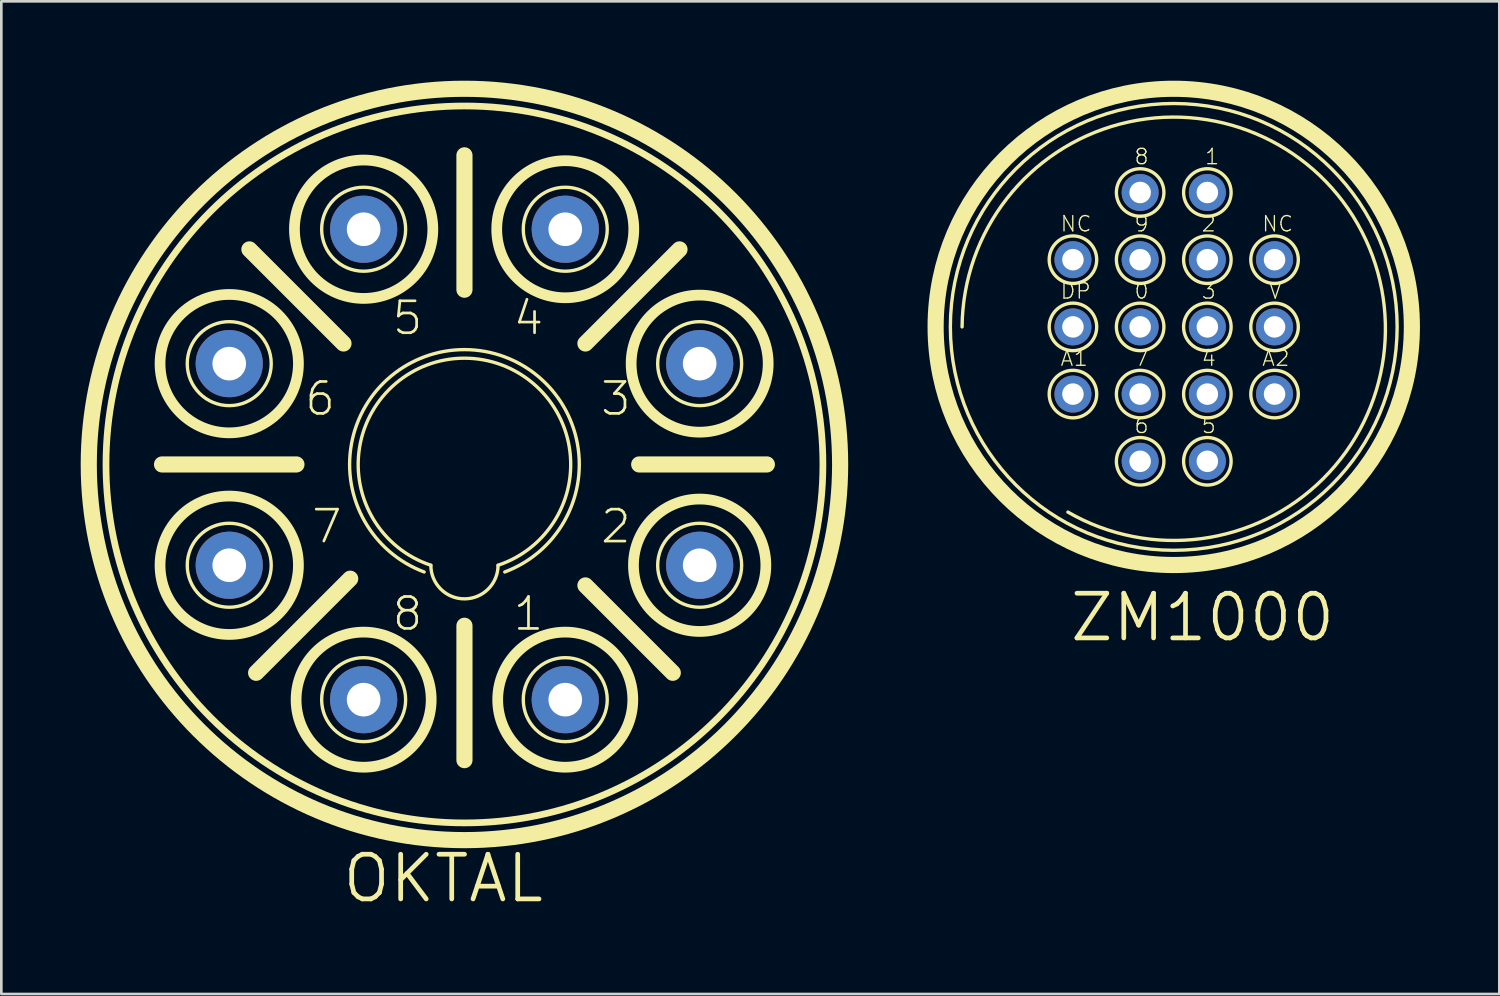
<source format=kicad_pcb>
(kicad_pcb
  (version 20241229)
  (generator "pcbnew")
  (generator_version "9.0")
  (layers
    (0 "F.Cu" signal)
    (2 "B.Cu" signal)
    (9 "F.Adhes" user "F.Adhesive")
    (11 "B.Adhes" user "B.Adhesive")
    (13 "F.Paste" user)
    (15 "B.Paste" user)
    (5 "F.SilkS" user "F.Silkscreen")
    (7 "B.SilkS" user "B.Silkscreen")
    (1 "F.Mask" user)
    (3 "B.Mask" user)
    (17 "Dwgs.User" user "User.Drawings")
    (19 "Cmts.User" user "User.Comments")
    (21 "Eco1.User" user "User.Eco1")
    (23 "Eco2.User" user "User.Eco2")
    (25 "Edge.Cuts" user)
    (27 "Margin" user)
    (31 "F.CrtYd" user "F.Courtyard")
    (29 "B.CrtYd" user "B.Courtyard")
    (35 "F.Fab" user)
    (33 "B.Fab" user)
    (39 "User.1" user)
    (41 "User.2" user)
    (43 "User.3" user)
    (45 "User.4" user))
  (footprint "OKTAL"
    (layer "F.Cu")
    (at 14.504 14.504)
    (property "Reference" "OKTAL" (at -4.699 16.637 0) (layer "F.SilkS") (effects (font (size 1.689 1.689) (thickness 0.178)) (justify left bottom)))
    (attr through_hole)
    (fp_line (start -11.43 0) (end -6.35 0) (stroke (width 0.61) (type solid)) (layer "F.SilkS"))
    (fp_line (start -4.572 -4.572) (end -8.128 -8.128) (stroke (width 0.61) (type solid)) (layer "F.SilkS"))
    (fp_line (start -4.318 4.318) (end -7.874 7.874) (stroke (width 0.61) (type solid)) (layer "F.SilkS"))
    (fp_line (start 0 -11.684) (end 0 -6.604) (stroke (width 0.61) (type solid)) (layer "F.SilkS"))
    (fp_line (start 0 6.096) (end 0 11.176) (stroke (width 0.61) (type solid)) (layer "F.SilkS"))
    (fp_line (start 4.572 -4.572) (end 8.128 -8.128) (stroke (width 0.61) (type solid)) (layer "F.SilkS"))
    (fp_line (start 4.572 4.572) (end 7.874 7.874) (stroke (width 0.61) (type solid)) (layer "F.SilkS"))
    (fp_line (start 6.604 0) (end 11.43 0) (stroke (width 0.61) (type solid)) (layer "F.SilkS"))
    (fp_arc (start -1.524 4.064) (mid 0 -4.340354) (end 1.524 4.064) (stroke (width 0.127) (type solid)) (layer "F.SilkS"))
    (fp_arc (start -1.27 3.81) (mid 0 -4.016093) (end 1.27 3.81) (stroke (width 0.127) (type solid)) (layer "F.SilkS"))
    (fp_arc (start 1.27 3.81) (mid 0 5.08) (end -1.27 3.81) (stroke (width 0.127) (type solid)) (layer "F.SilkS"))
    (fp_circle (center -8.89 -3.81) (end -7.303 -3.81) (stroke (width 0.127) (type solid)) (fill no) (layer "F.SilkS"))
    (fp_circle (center -8.89 -3.81) (end -6.275 -3.81) (stroke (width 0.406) (type solid)) (fill no) (layer "F.SilkS"))
    (fp_circle (center -8.89 3.81) (end -7.303 3.81) (stroke (width 0.127) (type solid)) (fill no) (layer "F.SilkS"))
    (fp_circle (center -8.89 3.81) (end -6.275 3.81) (stroke (width 0.406) (type solid)) (fill no) (layer "F.SilkS"))
    (fp_circle (center -3.81 -8.89) (end -2.223 -8.89) (stroke (width 0.127) (type solid)) (fill no) (layer "F.SilkS"))
    (fp_circle (center -3.81 -8.89) (end -1.195 -8.89) (stroke (width 0.406) (type solid)) (fill no) (layer "F.SilkS"))
    (fp_circle (center -3.81 8.89) (end -2.223 8.89) (stroke (width 0.127) (type solid)) (fill no) (layer "F.SilkS"))
    (fp_circle (center -3.81 8.89) (end -1.257 8.89) (stroke (width 0.406) (type solid)) (fill no) (layer "F.SilkS"))
    (fp_circle (center 0 0) (end 13.548 0) (stroke (width 0.254) (type solid)) (fill no) (layer "F.SilkS"))
    (fp_circle (center 0 0) (end 14.199 0) (stroke (width 0.61) (type solid)) (fill no) (layer "F.SilkS"))
    (fp_circle (center 3.81 -8.89) (end 5.397 -8.89) (stroke (width 0.127) (type solid)) (fill no) (layer "F.SilkS"))
    (fp_circle (center 3.81 -8.89) (end 6.4 -8.89) (stroke (width 0.406) (type solid)) (fill no) (layer "F.SilkS"))
    (fp_circle (center 3.81 8.89) (end 5.397 8.89) (stroke (width 0.127) (type solid)) (fill no) (layer "F.SilkS"))
    (fp_circle (center 3.81 8.89) (end 6.363 8.89) (stroke (width 0.406) (type solid)) (fill no) (layer "F.SilkS"))
    (fp_circle (center 8.89 -3.81) (end 10.477 -3.81) (stroke (width 0.127) (type solid)) (fill no) (layer "F.SilkS"))
    (fp_circle (center 8.89 -3.81) (end 11.48 -3.81) (stroke (width 0.406) (type solid)) (fill no) (layer "F.SilkS"))
    (fp_circle (center 8.89 3.81) (end 10.477 3.81) (stroke (width 0.127) (type solid)) (fill no) (layer "F.SilkS"))
    (fp_circle (center 8.89 3.81) (end 11.392 3.81) (stroke (width 0.406) (type solid)) (fill no) (layer "F.SilkS"))
    (fp_text user "4" (at 1.778 -4.826 0) (layer "F.SilkS") (effects (font (size 1.206 1.206) (thickness 0.102)) (justify left bottom)))
    (fp_text user "7" (at -5.842 3.048 0) (layer "F.SilkS") (effects (font (size 1.206 1.206) (thickness 0.102)) (justify left bottom)))
    (fp_text user "1" (at 1.778 6.35 0) (layer "F.SilkS") (effects (font (size 1.206 1.206) (thickness 0.102)) (justify left bottom)))
    (fp_text user "8" (at -2.794 6.35 0) (layer "F.SilkS") (effects (font (size 1.206 1.206) (thickness 0.102)) (justify left bottom)))
    (fp_text user "5" (at -2.794 -4.826 0) (layer "F.SilkS") (effects (font (size 1.206 1.206) (thickness 0.102)) (justify left bottom)))
    (fp_text user "2" (at 5.08 3.048 0) (layer "F.SilkS") (effects (font (size 1.206 1.206) (thickness 0.102)) (justify left bottom)))
    (fp_text user "6" (at -6.096 -1.778 0) (layer "F.SilkS") (effects (font (size 1.206 1.206) (thickness 0.102)) (justify left bottom)))
    (fp_text user "3" (at 5.08 -1.778 0) (layer "F.SilkS") (effects (font (size 1.206 1.206) (thickness 0.102)) (justify left bottom)))
    (pad "1" thru_hole oval (at 3.81 8.89) (size 2.54 2.54) (drill 1.27) (layers "*.Cu" "*.Mask"))
    (pad "2" thru_hole oval (at 8.89 3.81) (size 2.54 2.54) (drill 1.27) (layers "*.Cu" "*.Mask"))
    (pad "3" thru_hole oval (at 8.89 -3.81) (size 2.54 2.54) (drill 1.27) (layers "*.Cu" "*.Mask"))
    (pad "4" thru_hole oval (at 3.81 -8.89) (size 2.54 2.54) (drill 1.27) (layers "*.Cu" "*.Mask"))
    (pad "5" thru_hole oval (at -3.81 -8.89) (size 2.54 2.54) (drill 1.27) (layers "*.Cu" "*.Mask"))
    (pad "6" thru_hole oval (at -8.89 -3.81) (size 2.54 2.54) (drill 1.27) (layers "*.Cu" "*.Mask"))
    (pad "7" thru_hole oval (at -8.89 3.81) (size 2.54 2.54) (drill 1.27) (layers "*.Cu" "*.Mask"))
    (pad "8" thru_hole oval (at -3.81 8.89) (size 2.54 2.54) (drill 1.27) (layers "*.Cu" "*.Mask")))
  (footprint "ZM1000"
    (layer "F.Cu")
    (at 41.312 9.305)
    (property "Reference" "ZM1000" (at -4.016 11.971 0) (layer "F.SilkS") (effects (font (size 1.689 1.689) (thickness 0.178)) (justify left bottom)))
    (attr through_hole)
    (fp_arc (start -8 0) (mid 6.946222 -3.897842) (end -4 7) (stroke (width 0.127) (type solid)) (layer "F.SilkS"))
    (fp_circle (center -3.81 -2.54) (end -2.912 -2.54) (stroke (width 0.127) (type solid)) (fill no) (layer "F.SilkS"))
    (fp_circle (center -3.81 0) (end -2.912 0) (stroke (width 0.127) (type solid)) (fill no) (layer "F.SilkS"))
    (fp_circle (center -3.81 2.54) (end -2.912 2.54) (stroke (width 0.127) (type solid)) (fill no) (layer "F.SilkS"))
    (fp_circle (center -1.27 -5.08) (end -0.372 -5.08) (stroke (width 0.127) (type solid)) (fill no) (layer "F.SilkS"))
    (fp_circle (center -1.27 -2.54) (end -0.372 -2.54) (stroke (width 0.127) (type solid)) (fill no) (layer "F.SilkS"))
    (fp_circle (center -1.27 0) (end -0.372 0) (stroke (width 0.127) (type solid)) (fill no) (layer "F.SilkS"))
    (fp_circle (center -1.27 2.54) (end -0.372 2.54) (stroke (width 0.127) (type solid)) (fill no) (layer "F.SilkS"))
    (fp_circle (center -1.27 5.08) (end -0.372 5.08) (stroke (width 0.127) (type solid)) (fill no) (layer "F.SilkS"))
    (fp_circle (center 0 0) (end 8.443 0) (stroke (width 0.127) (type solid)) (fill no) (layer "F.SilkS"))
    (fp_circle (center 0 0) (end 9 0) (stroke (width 0.61) (type solid)) (fill no) (layer "F.SilkS"))
    (fp_circle (center 1.27 -5.08) (end 2.168 -5.08) (stroke (width 0.127) (type solid)) (fill no) (layer "F.SilkS"))
    (fp_circle (center 1.27 -2.54) (end 2.168 -2.54) (stroke (width 0.127) (type solid)) (fill no) (layer "F.SilkS"))
    (fp_circle (center 1.27 0) (end 2.168 0) (stroke (width 0.127) (type solid)) (fill no) (layer "F.SilkS"))
    (fp_circle (center 1.27 2.54) (end 2.168 2.54) (stroke (width 0.127) (type solid)) (fill no) (layer "F.SilkS"))
    (fp_circle (center 1.27 5.08) (end 2.168 5.08) (stroke (width 0.127) (type solid)) (fill no) (layer "F.SilkS"))
    (fp_circle (center 3.81 -2.54) (end 4.708 -2.54) (stroke (width 0.127) (type solid)) (fill no) (layer "F.SilkS"))
    (fp_circle (center 3.81 0) (end 4.708 0) (stroke (width 0.127) (type solid)) (fill no) (layer "F.SilkS"))
    (fp_circle (center 3.81 2.54) (end 4.708 2.54) (stroke (width 0.127) (type solid)) (fill no) (layer "F.SilkS"))
    (fp_text user "A2" (at 3.302 1.524 0) (layer "F.SilkS") (effects (font (size 0.579 0.579) (thickness 0.049)) (justify left bottom)))
    (fp_text user "6" (at -1.524 4.064 0) (layer "F.SilkS") (effects (font (size 0.579 0.579) (thickness 0.049)) (justify left bottom)))
    (fp_text user "0" (at -1.524 -1.016 0) (layer "F.SilkS") (effects (font (size 0.579 0.579) (thickness 0.049)) (justify left bottom)))
    (fp_text user "3" (at 1.016 -1.016 0) (layer "F.SilkS") (effects (font (size 0.579 0.579) (thickness 0.049)) (justify left bottom)))
    (fp_text user "9" (at -1.524 -3.556 0) (layer "F.SilkS") (effects (font (size 0.579 0.579) (thickness 0.049)) (justify left bottom)))
    (fp_text user "2" (at 1.016 -3.556 0) (layer "F.SilkS") (effects (font (size 0.579 0.579) (thickness 0.049)) (justify left bottom)))
    (fp_text user "DP" (at -4.318 -1.016 0) (layer "F.SilkS") (effects (font (size 0.579 0.579) (thickness 0.049)) (justify left bottom)))
    (fp_text user "A1" (at -4.318 1.524 0) (layer "F.SilkS") (effects (font (size 0.579 0.579) (thickness 0.049)) (justify left bottom)))
    (fp_text user "V" (at 3.556 -1.016 0) (layer "F.SilkS") (effects (font (size 0.579 0.579) (thickness 0.049)) (justify left bottom)))
    (fp_text user "7" (at -1.524 1.524 0) (layer "F.SilkS") (effects (font (size 0.579 0.579) (thickness 0.049)) (justify left bottom)))
    (fp_text user "NC" (at 3.302 -3.556 0) (layer "F.SilkS") (effects (font (size 0.579 0.579) (thickness 0.049)) (justify left bottom)))
    (fp_text user "4" (at 1.016 1.524 0) (layer "F.SilkS") (effects (font (size 0.579 0.579) (thickness 0.049)) (justify left bottom)))
    (fp_text user "NC" (at -4.318 -3.556 0) (layer "F.SilkS") (effects (font (size 0.579 0.579) (thickness 0.049)) (justify left bottom)))
    (fp_text user "5" (at 1.016 4.064 0) (layer "F.SilkS") (effects (font (size 0.579 0.579) (thickness 0.049)) (justify left bottom)))
    (fp_text user "1" (at 1.143 -6.096 0) (layer "F.SilkS") (effects (font (size 0.579 0.579) (thickness 0.049)) (justify left bottom)))
    (fp_text user "8" (at -1.524 -6.096 0) (layer "F.SilkS") (effects (font (size 0.579 0.579) (thickness 0.049)) (justify left bottom)))
    (pad "\"IV\"" thru_hole oval (at 3.81 -2.54) (size 1.397 1.397) (drill 0.813) (layers "*.Cu" "*.Mask"))
    (pad "A1" thru_hole oval (at -3.81 2.54) (size 1.397 1.397) (drill 0.813) (layers "*.Cu" "*.Mask"))
    (pad "A2" thru_hole oval (at 3.81 2.54) (size 1.397 1.397) (drill 0.813) (layers "*.Cu" "*.Mask"))
    (pad "IV" thru_hole oval (at -3.81 -2.54) (size 1.397 1.397) (drill 0.813) (layers "*.Cu" "*.Mask"))
    (pad "K0" thru_hole oval (at -1.27 0) (size 1.397 1.397) (drill 0.813) (layers "*.Cu" "*.Mask"))
    (pad "K1" thru_hole oval (at 1.27 -5.08) (size 1.397 1.397) (drill 0.813) (layers "*.Cu" "*.Mask"))
    (pad "K2" thru_hole oval (at 1.27 -2.54) (size 1.397 1.397) (drill 0.813) (layers "*.Cu" "*.Mask"))
    (pad "K3" thru_hole oval (at 1.27 0) (size 1.397 1.397) (drill 0.813) (layers "*.Cu" "*.Mask"))
    (pad "K4" thru_hole oval (at 1.27 2.54) (size 1.397 1.397) (drill 0.813) (layers "*.Cu" "*.Mask"))
    (pad "K5" thru_hole oval (at 1.27 5.08) (size 1.397 1.397) (drill 0.813) (layers "*.Cu" "*.Mask"))
    (pad "K6" thru_hole oval (at -1.27 5.08) (size 1.397 1.397) (drill 0.813) (layers "*.Cu" "*.Mask"))
    (pad "K7" thru_hole oval (at -1.27 2.54) (size 1.397 1.397) (drill 0.813) (layers "*.Cu" "*.Mask"))
    (pad "K8" thru_hole oval (at -1.27 -5.08) (size 1.397 1.397) (drill 0.813) (layers "*.Cu" "*.Mask"))
    (pad "K9" thru_hole oval (at -1.27 -2.54) (size 1.397 1.397) (drill 0.813) (layers "*.Cu" "*.Mask"))
    (pad "KDP" thru_hole oval (at -3.81 0) (size 1.397 1.397) (drill 0.813) (layers "*.Cu" "*.Mask"))
    (pad "V" thru_hole oval (at 3.81 0) (size 1.397 1.397) (drill 0.813) (layers "*.Cu" "*.Mask")))
  (gr_rect
    (start -3 -3)
    (end 53.617 34.519)
    (stroke (width 0.1) (type default))
    (fill no)
    (layer "Edge.Cuts")))
</source>
